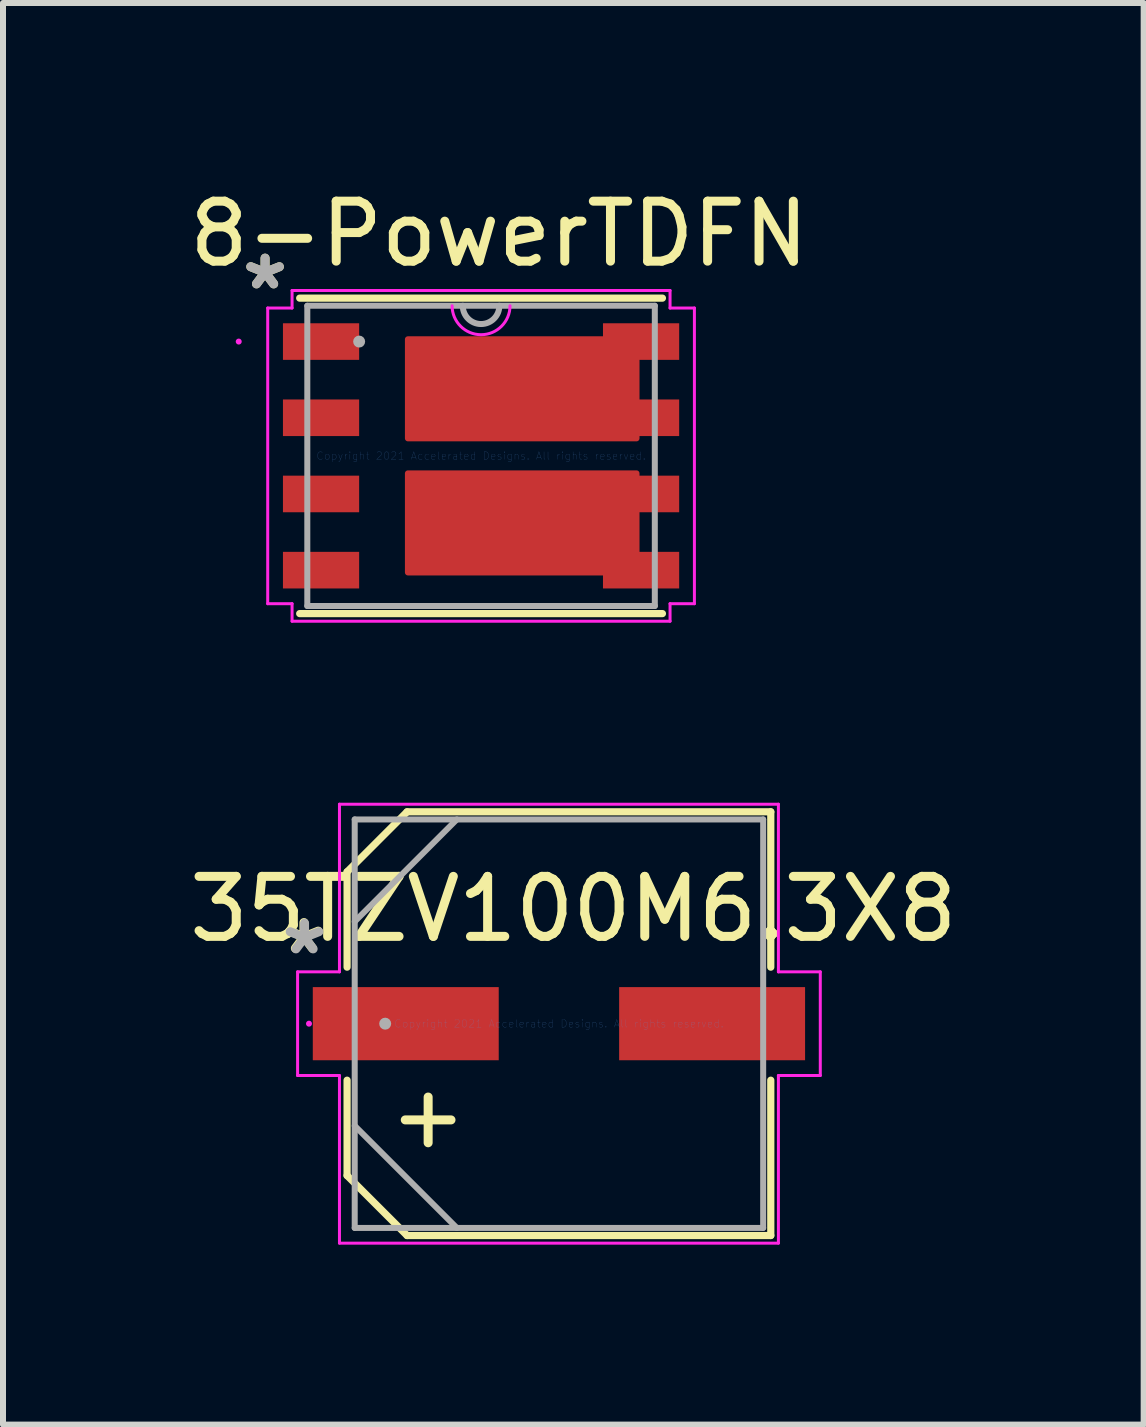
<source format=kicad_pcb>
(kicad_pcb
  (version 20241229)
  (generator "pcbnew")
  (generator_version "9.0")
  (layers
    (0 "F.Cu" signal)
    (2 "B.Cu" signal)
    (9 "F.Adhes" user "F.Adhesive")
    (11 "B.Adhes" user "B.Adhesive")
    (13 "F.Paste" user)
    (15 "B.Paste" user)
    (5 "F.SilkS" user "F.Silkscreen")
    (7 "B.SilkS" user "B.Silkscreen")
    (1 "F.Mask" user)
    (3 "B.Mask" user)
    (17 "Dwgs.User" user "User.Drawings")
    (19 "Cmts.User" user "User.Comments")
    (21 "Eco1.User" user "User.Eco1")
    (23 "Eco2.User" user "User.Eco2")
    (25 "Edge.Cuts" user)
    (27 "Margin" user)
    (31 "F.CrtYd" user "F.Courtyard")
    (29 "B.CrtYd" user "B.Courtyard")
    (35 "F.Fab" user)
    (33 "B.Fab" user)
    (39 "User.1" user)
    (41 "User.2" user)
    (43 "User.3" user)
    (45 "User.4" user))
  (footprint "8-PowerTDFN"
    (layer "F.Cu")
    (at 4.968 4.548)
    (property "Reference" "8-PowerTDFN" (at 0.3 -3.7 0) (layer "F.SilkS") (effects (font (size 1 1) (thickness 0.15))))
    (attr through_hole)
    (fp_poly (pts (xy 2.591 -0.94) (xy 2.032 -0.94) (xy 2.032 -0.33) (xy 2.591 -0.33) (xy 2.591 -0.292) (xy -1.219 -0.292) (xy -1.219 -1.943) (xy 2.032 -1.943) (xy 2.032 -1.6) (xy 2.591 -1.6)) (stroke (width 0.1) (type solid)) (fill yes) (layer "F.Cu"))
    (fp_poly (pts (xy 2.591 0.94) (xy 2.032 0.94) (xy 2.032 0.33) (xy 2.591 0.33) (xy 2.591 0.292) (xy -1.219 0.292) (xy -1.219 1.943) (xy 2.032 1.943) (xy 2.032 1.6) (xy 2.591 1.6)) (stroke (width 0.1) (type solid)) (fill yes) (layer "F.Cu"))
    (fp_poly (pts (xy 2.591 -0.94) (xy 2.032 -0.94) (xy 2.032 -0.33) (xy 2.591 -0.33) (xy 2.591 -0.292) (xy -1.219 -0.292) (xy -1.219 -1.943) (xy 2.032 -1.943) (xy 2.032 -1.6) (xy 2.591 -1.6)) (stroke (width 0.1) (type solid)) (fill yes) (layer "F.Mask"))
    (fp_poly (pts (xy 2.591 0.94) (xy 2.032 0.94) (xy 2.032 0.33) (xy 2.591 0.33) (xy 2.591 0.292) (xy -1.219 0.292) (xy -1.219 1.943) (xy 2.032 1.943) (xy 2.032 1.6) (xy 2.591 1.6)) (stroke (width 0.1) (type solid)) (fill yes) (layer "F.Mask"))
    (fp_line (start -3.023 2.629) (end 3.023 2.629) (stroke (width 0.12) (type solid)) (layer "F.SilkS"))
    (fp_line (start 3.023 -2.629) (end -3.023 -2.629) (stroke (width 0.12) (type solid)) (layer "F.SilkS"))
    (fp_poly (pts (xy 1.5 -0.7) (xy -0.7 -0.7) (xy -0.7 -1.6) (xy 1.5 -1.6)) (stroke (width 0) (type solid)) (fill yes) (layer "F.Paste"))
    (fp_poly (pts (xy 1.5 1.5) (xy -0.7 1.5) (xy -0.7 0.6) (xy 1.5 0.6)) (stroke (width 0) (type solid)) (fill yes) (layer "F.Paste"))
    (fp_line (start -3.556 -2.464) (end -3.15 -2.464) (stroke (width 0.05) (type solid)) (layer "F.CrtYd"))
    (fp_line (start -3.556 2.464) (end -3.556 -2.464) (stroke (width 0.05) (type solid)) (layer "F.CrtYd"))
    (fp_line (start -3.15 -2.756) (end 3.15 -2.756) (stroke (width 0.05) (type solid)) (layer "F.CrtYd"))
    (fp_line (start -3.15 -2.464) (end -3.15 -2.756) (stroke (width 0.05) (type solid)) (layer "F.CrtYd"))
    (fp_line (start -3.15 2.464) (end -3.556 2.464) (stroke (width 0.05) (type solid)) (layer "F.CrtYd"))
    (fp_line (start -3.15 2.756) (end -3.15 2.464) (stroke (width 0.05) (type solid)) (layer "F.CrtYd"))
    (fp_line (start 3.15 -2.756) (end 3.15 -2.464) (stroke (width 0.05) (type solid)) (layer "F.CrtYd"))
    (fp_line (start 3.15 -2.464) (end 3.556 -2.464) (stroke (width 0.05) (type solid)) (layer "F.CrtYd"))
    (fp_line (start 3.15 2.464) (end 3.15 2.756) (stroke (width 0.05) (type solid)) (layer "F.CrtYd"))
    (fp_line (start 3.15 2.756) (end -3.15 2.756) (stroke (width 0.05) (type solid)) (layer "F.CrtYd"))
    (fp_line (start 3.556 -2.464) (end 3.556 2.464) (stroke (width 0.05) (type solid)) (layer "F.CrtYd"))
    (fp_line (start 3.556 2.464) (end 3.15 2.464) (stroke (width 0.05) (type solid)) (layer "F.CrtYd"))
    (fp_arc (start 0.4826 -2.5019) (mid 0 -2.0193) (end -0.4826 -2.5019) (stroke (width 0.05) (type solid)) (layer "F.CrtYd"))
    (fp_circle (center -4.039 -1.905) (end -4.039 -1.905) (stroke (width 0.05) (type solid)) (fill no) (layer "F.CrtYd"))
    (fp_line (start -2.896 -2.502) (end -2.896 2.502) (stroke (width 0.1) (type solid)) (layer "F.Fab"))
    (fp_line (start -2.896 2.502) (end 2.896 2.502) (stroke (width 0.1) (type solid)) (layer "F.Fab"))
    (fp_line (start 2.896 -2.502) (end -2.896 -2.502) (stroke (width 0.1) (type solid)) (layer "F.Fab"))
    (fp_line (start 2.896 2.502) (end 2.896 -2.502) (stroke (width 0.1) (type solid)) (layer "F.Fab"))
    (fp_arc (start 0.3048 -2.5019) (mid 0 -2.1971) (end -0.3048 -2.5019) (stroke (width 0.1) (type solid)) (layer "F.Fab"))
    (fp_circle (center -2.032 -1.905) (end -2.032 -1.905) (stroke (width 0.1) (type solid)) (fill no) (layer "F.Fab"))
    (fp_text user "*" (at -3.6 -2.75 0) (layer "F.SilkS") (effects (font (size 1 1) (thickness 0.15))))
    (fp_text user "Copyright 2021 Accelerated Designs. All rights reserved." (at 0 0 0) (layer "Cmts.User") (effects (font (size 0.127 0.127) (thickness 0.002))))
    (fp_text user "*" (at -3.6 -2.75 0) (layer "F.Fab") (effects (font (size 1 1) (thickness 0.15))))
    (pad "1" smd rect (at -2.667 -1.905) (size 1.27 0.61) (layers "F.Cu" "F.Mask" "F.Paste"))
    (pad "2" smd rect (at -2.667 -0.635) (size 1.27 0.61) (layers "F.Cu" "F.Mask" "F.Paste"))
    (pad "3" smd rect (at -2.667 0.635) (size 1.27 0.61) (layers "F.Cu" "F.Mask" "F.Paste"))
    (pad "4" smd rect (at -2.667 1.905) (size 1.27 0.61) (layers "F.Cu" "F.Mask" "F.Paste"))
    (pad "5" smd rect (at 2.667 1.905) (size 1.27 0.61) (layers "F.Cu" "F.Mask" "F.Paste"))
    (pad "6" smd rect (at 2.667 0.635) (size 1.27 0.61) (layers "F.Cu" "F.Mask" "F.Paste"))
    (pad "7" smd rect (at 2.667 -0.635) (size 1.27 0.61) (layers "F.Cu" "F.Mask" "F.Paste"))
    (pad "8" smd rect (at 2.667 -1.905) (size 1.27 0.61) (layers "F.Cu" "F.Mask" "F.Paste")))
  (footprint "35TZV100M6.3X8"
    (layer "F.Cu")
    (at 6.266 14.012)
    (property "Reference" "35TZV100M6.3X8" (at 0.24 -1.91 0) (layer "F.SilkS") (effects (font (size 1 1) (thickness 0.15))))
    (attr through_hole)
    (fp_line (start -3.531 -2.531) (end -3.531 -0.942) (stroke (width 0.12) (type solid)) (layer "F.SilkS"))
    (fp_line (start -3.531 -2.531) (end -2.531 -3.531) (stroke (width 0.12) (type solid)) (layer "F.SilkS"))
    (fp_line (start -3.531 0.942) (end -3.531 2.531) (stroke (width 0.12) (type solid)) (layer "F.SilkS"))
    (fp_line (start -3.531 2.531) (end -2.531 3.531) (stroke (width 0.12) (type solid)) (layer "F.SilkS"))
    (fp_line (start -2.531 3.531) (end 3.531 3.531) (stroke (width 0.12) (type solid)) (layer "F.SilkS"))
    (fp_line (start 3.531 -3.531) (end -2.531 -3.531) (stroke (width 0.12) (type solid)) (layer "F.SilkS"))
    (fp_line (start 3.531 -0.942) (end 3.531 -3.531) (stroke (width 0.12) (type solid)) (layer "F.SilkS"))
    (fp_line (start 3.531 3.531) (end 3.531 0.942) (stroke (width 0.12) (type solid)) (layer "F.SilkS"))
    (fp_line (start -4.356 -0.864) (end -3.658 -0.864) (stroke (width 0.05) (type solid)) (layer "F.CrtYd"))
    (fp_line (start -4.356 0.864) (end -4.356 -0.864) (stroke (width 0.05) (type solid)) (layer "F.CrtYd"))
    (fp_line (start -3.658 -3.658) (end 3.658 -3.658) (stroke (width 0.05) (type solid)) (layer "F.CrtYd"))
    (fp_line (start -3.658 -0.864) (end -3.658 -3.658) (stroke (width 0.05) (type solid)) (layer "F.CrtYd"))
    (fp_line (start -3.658 0.864) (end -4.356 0.864) (stroke (width 0.05) (type solid)) (layer "F.CrtYd"))
    (fp_line (start -3.658 3.658) (end -3.658 0.864) (stroke (width 0.05) (type solid)) (layer "F.CrtYd"))
    (fp_line (start 3.658 -3.658) (end 3.658 -0.864) (stroke (width 0.05) (type solid)) (layer "F.CrtYd"))
    (fp_line (start 3.658 -0.864) (end 4.356 -0.864) (stroke (width 0.05) (type solid)) (layer "F.CrtYd"))
    (fp_line (start 3.658 0.864) (end 3.658 3.658) (stroke (width 0.05) (type solid)) (layer "F.CrtYd"))
    (fp_line (start 3.658 3.658) (end -3.658 3.658) (stroke (width 0.05) (type solid)) (layer "F.CrtYd"))
    (fp_line (start 4.356 -0.864) (end 4.356 0.864) (stroke (width 0.05) (type solid)) (layer "F.CrtYd"))
    (fp_line (start 4.356 0.864) (end 3.658 0.864) (stroke (width 0.05) (type solid)) (layer "F.CrtYd"))
    (fp_circle (center -4.166 0) (end -4.166 0) (stroke (width 0.05) (type solid)) (fill no) (layer "F.CrtYd"))
    (fp_line (start -3.404 -3.404) (end -3.404 3.404) (stroke (width 0.1) (type solid)) (layer "F.Fab"))
    (fp_line (start -3.404 -1.702) (end -1.702 -3.404) (stroke (width 0.1) (type solid)) (layer "F.Fab"))
    (fp_line (start -3.404 1.702) (end -1.702 3.404) (stroke (width 0.1) (type solid)) (layer "F.Fab"))
    (fp_line (start -3.404 3.404) (end 3.404 3.404) (stroke (width 0.1) (type solid)) (layer "F.Fab"))
    (fp_line (start 3.404 -3.404) (end -3.404 -3.404) (stroke (width 0.1) (type solid)) (layer "F.Fab"))
    (fp_line (start 3.404 3.404) (end 3.404 -3.404) (stroke (width 0.1) (type solid)) (layer "F.Fab"))
    (fp_circle (center -2.896 0) (end -2.896 0) (stroke (width 0.1) (type solid)) (fill no) (layer "F.Fab"))
    (fp_text user "+" (at -2.18 1.53 0) (layer "F.SilkS") (effects (font (size 1 1) (thickness 0.15))))
    (fp_text user "*" (at -4.25 -1.14 0) (layer "F.SilkS") (effects (font (size 1 1) (thickness 0.15))))
    (fp_text user "Copyright 2021 Accelerated Designs. All rights reserved." (at 0 0 0) (layer "Cmts.User") (effects (font (size 0.127 0.127) (thickness 0.002))))
    (fp_text user "*" (at -4.24 -1.13 0) (layer "F.Fab") (effects (font (size 1 1) (thickness 0.15))))
    (pad "1" smd rect (at -2.553 0) (size 3.099 1.219) (layers "F.Cu" "F.Mask" "F.Paste"))
    (pad "2" smd rect (at 2.553 0) (size 3.099 1.219) (layers "F.Cu" "F.Mask" "F.Paste")))
  (gr_rect
    (start -3 -3)
    (end 16.012 20.694)
    (stroke (width 0.1) (type default))
    (fill no)
    (layer "Edge.Cuts")))
</source>
